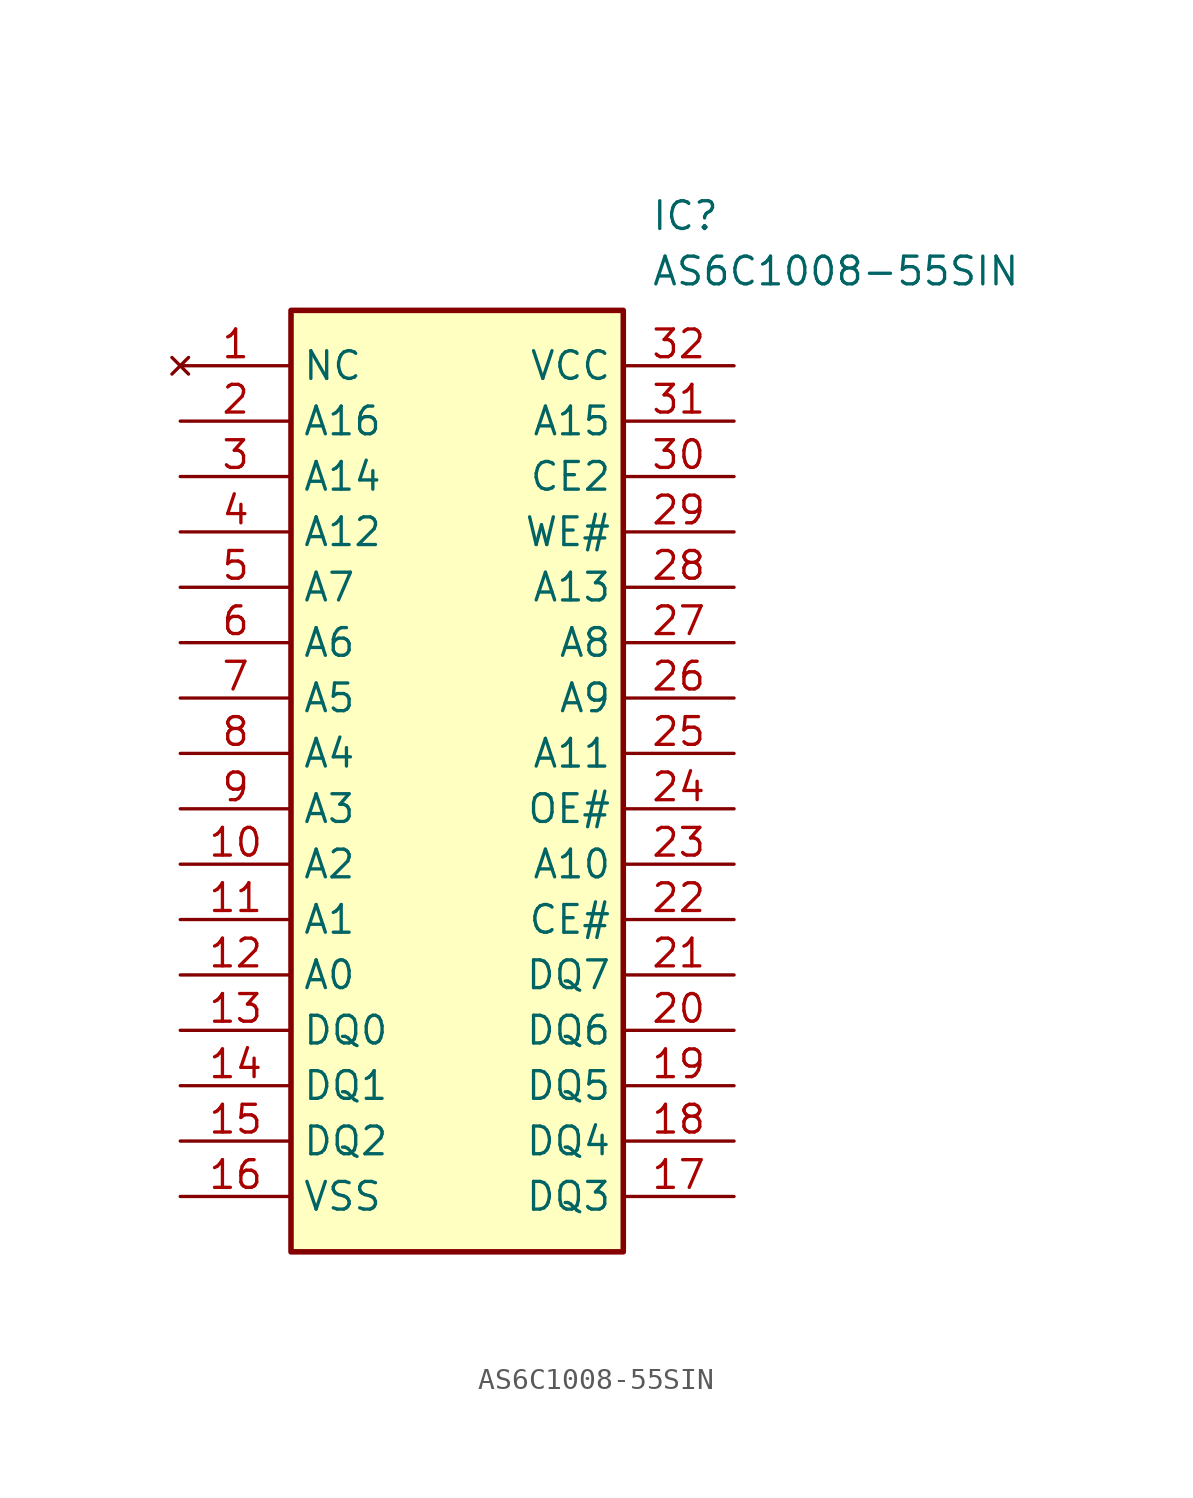
<source format=kicad_sym>
(kicad_symbol_lib
  (version 20211014)
  (generator SamacSys_ECAD_Model)
  (symbol "AS6C1008-55SIN"
    (property "Reference" "IC"
      (at 21.59 7.62 0)
      (effects (font (size 1.27 1.27)) (justify left top)))
    (property "Value" "AS6C1008-55SIN"
      (at 21.59 5.08 0)
      (effects (font (size 1.27 1.27)) (justify left top)))
    (rectangle
      (start 5.08 2.54)
      (end 20.32 -40.64)
      (stroke (width 0.254) (type default))
      (fill (type background)))
    (pin no_connect line
      (at 0 0 0)
      (length 5.08)
      (name "NC" (effects (font (size 1.27 1.27))))
      (number "1" (effects (font (size 1.27 1.27)))))
    (pin passive line
      (at 0 -2.54 0)
      (length 5.08)
      (name "A16" (effects (font (size 1.27 1.27))))
      (number "2" (effects (font (size 1.27 1.27)))))
    (pin passive line
      (at 0 -5.08 0)
      (length 5.08)
      (name "A14" (effects (font (size 1.27 1.27))))
      (number "3" (effects (font (size 1.27 1.27)))))
    (pin passive line
      (at 0 -7.62 0)
      (length 5.08)
      (name "A12" (effects (font (size 1.27 1.27))))
      (number "4" (effects (font (size 1.27 1.27)))))
    (pin passive line
      (at 0 -10.16 0)
      (length 5.08)
      (name "A7" (effects (font (size 1.27 1.27))))
      (number "5" (effects (font (size 1.27 1.27)))))
    (pin passive line
      (at 0 -12.7 0)
      (length 5.08)
      (name "A6" (effects (font (size 1.27 1.27))))
      (number "6" (effects (font (size 1.27 1.27)))))
    (pin passive line
      (at 0 -15.24 0)
      (length 5.08)
      (name "A5" (effects (font (size 1.27 1.27))))
      (number "7" (effects (font (size 1.27 1.27)))))
    (pin passive line
      (at 0 -17.78 0)
      (length 5.08)
      (name "A4" (effects (font (size 1.27 1.27))))
      (number "8" (effects (font (size 1.27 1.27)))))
    (pin passive line
      (at 0 -20.32 0)
      (length 5.08)
      (name "A3" (effects (font (size 1.27 1.27))))
      (number "9" (effects (font (size 1.27 1.27)))))
    (pin passive line
      (at 0 -22.86 0)
      (length 5.08)
      (name "A2" (effects (font (size 1.27 1.27))))
      (number "10" (effects (font (size 1.27 1.27)))))
    (pin passive line
      (at 0 -25.4 0)
      (length 5.08)
      (name "A1" (effects (font (size 1.27 1.27))))
      (number "11" (effects (font (size 1.27 1.27)))))
    (pin passive line
      (at 0 -27.94 0)
      (length 5.08)
      (name "A0" (effects (font (size 1.27 1.27))))
      (number "12" (effects (font (size 1.27 1.27)))))
    (pin passive line
      (at 0 -30.48 0)
      (length 5.08)
      (name "DQ0" (effects (font (size 1.27 1.27))))
      (number "13" (effects (font (size 1.27 1.27)))))
    (pin passive line
      (at 0 -33.02 0)
      (length 5.08)
      (name "DQ1" (effects (font (size 1.27 1.27))))
      (number "14" (effects (font (size 1.27 1.27)))))
    (pin passive line
      (at 0 -35.56 0)
      (length 5.08)
      (name "DQ2" (effects (font (size 1.27 1.27))))
      (number "15" (effects (font (size 1.27 1.27)))))
    (pin passive line
      (at 0 -38.1 0)
      (length 5.08)
      (name "VSS" (effects (font (size 1.27 1.27))))
      (number "16" (effects (font (size 1.27 1.27)))))
    (pin passive line
      (at 25.4 0 180)
      (length 5.08)
      (name "VCC" (effects (font (size 1.27 1.27))))
      (number "32" (effects (font (size 1.27 1.27)))))
    (pin passive line
      (at 25.4 -2.54 180)
      (length 5.08)
      (name "A15" (effects (font (size 1.27 1.27))))
      (number "31" (effects (font (size 1.27 1.27)))))
    (pin passive line
      (at 25.4 -5.08 180)
      (length 5.08)
      (name "CE2" (effects (font (size 1.27 1.27))))
      (number "30" (effects (font (size 1.27 1.27)))))
    (pin passive line
      (at 25.4 -7.62 180)
      (length 5.08)
      (name "WE#" (effects (font (size 1.27 1.27))))
      (number "29" (effects (font (size 1.27 1.27)))))
    (pin passive line
      (at 25.4 -10.16 180)
      (length 5.08)
      (name "A13" (effects (font (size 1.27 1.27))))
      (number "28" (effects (font (size 1.27 1.27)))))
    (pin passive line
      (at 25.4 -12.7 180)
      (length 5.08)
      (name "A8" (effects (font (size 1.27 1.27))))
      (number "27" (effects (font (size 1.27 1.27)))))
    (pin passive line
      (at 25.4 -15.24 180)
      (length 5.08)
      (name "A9" (effects (font (size 1.27 1.27))))
      (number "26" (effects (font (size 1.27 1.27)))))
    (pin passive line
      (at 25.4 -17.78 180)
      (length 5.08)
      (name "A11" (effects (font (size 1.27 1.27))))
      (number "25" (effects (font (size 1.27 1.27)))))
    (pin passive line
      (at 25.4 -20.32 180)
      (length 5.08)
      (name "OE#" (effects (font (size 1.27 1.27))))
      (number "24" (effects (font (size 1.27 1.27)))))
    (pin passive line
      (at 25.4 -22.86 180)
      (length 5.08)
      (name "A10" (effects (font (size 1.27 1.27))))
      (number "23" (effects (font (size 1.27 1.27)))))
    (pin passive line
      (at 25.4 -25.4 180)
      (length 5.08)
      (name "CE#" (effects (font (size 1.27 1.27))))
      (number "22" (effects (font (size 1.27 1.27)))))
    (pin passive line
      (at 25.4 -27.94 180)
      (length 5.08)
      (name "DQ7" (effects (font (size 1.27 1.27))))
      (number "21" (effects (font (size 1.27 1.27)))))
    (pin passive line
      (at 25.4 -30.48 180)
      (length 5.08)
      (name "DQ6" (effects (font (size 1.27 1.27))))
      (number "20" (effects (font (size 1.27 1.27)))))
    (pin passive line
      (at 25.4 -33.02 180)
      (length 5.08)
      (name "DQ5" (effects (font (size 1.27 1.27))))
      (number "19" (effects (font (size 1.27 1.27)))))
    (pin passive line
      (at 25.4 -35.56 180)
      (length 5.08)
      (name "DQ4" (effects (font (size 1.27 1.27))))
      (number "18" (effects (font (size 1.27 1.27)))))
    (pin passive line
      (at 25.4 -38.1 180)
      (length 5.08)
      (name "DQ3" (effects (font (size 1.27 1.27))))
      (number "17" (effects (font (size 1.27 1.27)))))))
</source>
